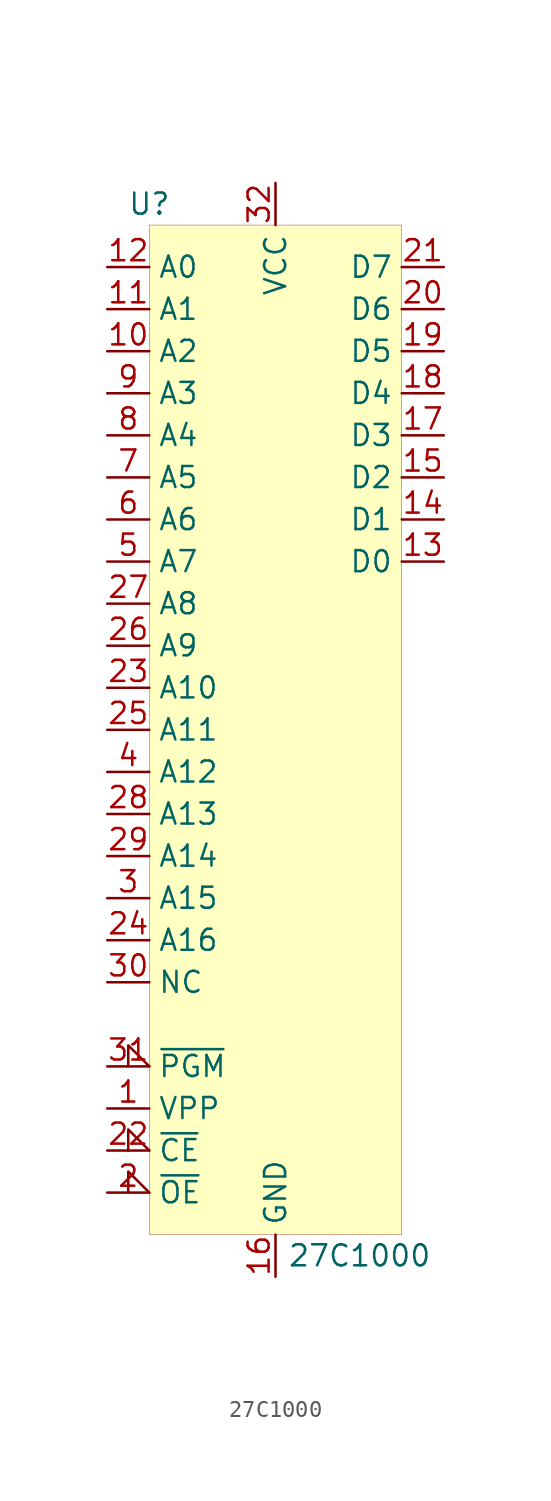
<source format=kicad_sym>
(kicad_symbol_lib
  (version 20201005)
  (generator kicad_symbol_editor)
  (symbol "27C1000:27C1000"
    (property "Reference" "U"
      (at -7.62 29.21 0)
      (effects (font (size 1.27 1.27))))
    (property "Value" "27C1000"
      (at 5.08 -34.29 0)
      (effects (font (size 1.27 1.27))))
    (symbol "27C1000_0_1"
      (rectangle (start -7.62 27.94) (end 7.62 -33.02) (stroke (width 0.001)) (fill (type background))))
    (symbol "27C1000_1_1"
      (pin power_in line (at -10.16 -25.4 0) (length 2.54) (name "VPP" (effects (font (size 1.27 1.27)))) (number "1" (effects (font (size 1.27 1.27)))))
      (pin input input_low (at -10.16 -30.48 0) (length 2.54) (name "~OE" (effects (font (size 1.27 1.27)))) (number "2" (effects (font (size 1.27 1.27)))))
      (pin input line (at -10.16 -12.7 0) (length 2.54) (name "A15" (effects (font (size 1.27 1.27)))) (number "3" (effects (font (size 1.27 1.27)))))
      (pin input line (at -10.16 -5.08 0) (length 2.54) (name "A12" (effects (font (size 1.27 1.27)))) (number "4" (effects (font (size 1.27 1.27)))))
      (pin input line (at -10.16 7.62 0) (length 2.54) (name "A7" (effects (font (size 1.27 1.27)))) (number "5" (effects (font (size 1.27 1.27)))))
      (pin input line (at -10.16 10.16 0) (length 2.54) (name "A6" (effects (font (size 1.27 1.27)))) (number "6" (effects (font (size 1.27 1.27)))))
      (pin input line (at -10.16 12.7 0) (length 2.54) (name "A5" (effects (font (size 1.27 1.27)))) (number "7" (effects (font (size 1.27 1.27)))))
      (pin input line (at -10.16 15.24 0) (length 2.54) (name "A4" (effects (font (size 1.27 1.27)))) (number "8" (effects (font (size 1.27 1.27)))))
      (pin input line (at -10.16 17.78 0) (length 2.54) (name "A3" (effects (font (size 1.27 1.27)))) (number "9" (effects (font (size 1.27 1.27)))))
      (pin input line (at -10.16 20.32 0) (length 2.54) (name "A2" (effects (font (size 1.27 1.27)))) (number "10" (effects (font (size 1.27 1.27)))))
      (pin input line (at -10.16 22.86 0) (length 2.54) (name "A1" (effects (font (size 1.27 1.27)))) (number "11" (effects (font (size 1.27 1.27)))))
      (pin input line (at -10.16 25.4 0) (length 2.54) (name "A0" (effects (font (size 1.27 1.27)))) (number "12" (effects (font (size 1.27 1.27)))))
      (pin bidirectional line (at 10.16 7.62 180) (length 2.54) (name "D0" (effects (font (size 1.27 1.27)))) (number "13" (effects (font (size 1.27 1.27)))))
      (pin bidirectional line (at 10.16 10.16 180) (length 2.54) (name "D1" (effects (font (size 1.27 1.27)))) (number "14" (effects (font (size 1.27 1.27)))))
      (pin bidirectional line (at 10.16 12.7 180) (length 2.54) (name "D2" (effects (font (size 1.27 1.27)))) (number "15" (effects (font (size 1.27 1.27)))))
      (pin power_in line (at 0 -35.56 90) (length 2.54) (name "GND" (effects (font (size 1.27 1.27)))) (number "16" (effects (font (size 1.27 1.27)))))
      (pin bidirectional line (at 10.16 15.24 180) (length 2.54) (name "D3" (effects (font (size 1.27 1.27)))) (number "17" (effects (font (size 1.27 1.27)))))
      (pin bidirectional line (at 10.16 17.78 180) (length 2.54) (name "D4" (effects (font (size 1.27 1.27)))) (number "18" (effects (font (size 1.27 1.27)))))
      (pin bidirectional line (at 10.16 20.32 180) (length 2.54) (name "D5" (effects (font (size 1.27 1.27)))) (number "19" (effects (font (size 1.27 1.27)))))
      (pin bidirectional line (at 10.16 22.86 180) (length 2.54) (name "D6" (effects (font (size 1.27 1.27)))) (number "20" (effects (font (size 1.27 1.27)))))
      (pin bidirectional line (at 10.16 25.4 180) (length 2.54) (name "D7" (effects (font (size 1.27 1.27)))) (number "21" (effects (font (size 1.27 1.27)))))
      (pin input input_low (at -10.16 -27.94 0) (length 2.54) (name "~CE" (effects (font (size 1.27 1.27)))) (number "22" (effects (font (size 1.27 1.27)))))
      (pin input line (at -10.16 0 0) (length 2.54) (name "A10" (effects (font (size 1.27 1.27)))) (number "23" (effects (font (size 1.27 1.27)))))
      (pin input line (at -10.16 -15.24 0) (length 2.54) (name "A16" (effects (font (size 1.27 1.27)))) (number "24" (effects (font (size 1.27 1.27)))))
      (pin input line (at -10.16 -2.54 0) (length 2.54) (name "A11" (effects (font (size 1.27 1.27)))) (number "25" (effects (font (size 1.27 1.27)))))
      (pin input line (at -10.16 2.54 0) (length 2.54) (name "A9" (effects (font (size 1.27 1.27)))) (number "26" (effects (font (size 1.27 1.27)))))
      (pin input line (at -10.16 5.08 0) (length 2.54) (name "A8" (effects (font (size 1.27 1.27)))) (number "27" (effects (font (size 1.27 1.27)))))
      (pin input line (at -10.16 -7.62 0) (length 2.54) (name "A13" (effects (font (size 1.27 1.27)))) (number "28" (effects (font (size 1.27 1.27)))))
      (pin input line (at -10.16 -10.16 0) (length 2.54) (name "A14" (effects (font (size 1.27 1.27)))) (number "29" (effects (font (size 1.27 1.27)))))
      (pin passive line (at -10.16 -17.78 0) (length 2.54) (name "NC" (effects (font (size 1.27 1.27)))) (number "30" (effects (font (size 1.27 1.27)))))
      (pin input input_low (at -10.16 -22.86 0) (length 2.54) (name "~PGM" (effects (font (size 1.27 1.27)))) (number "31" (effects (font (size 1.27 1.27)))))
      (pin power_in line (at 0 30.48 270) (length 2.54) (name "VCC" (effects (font (size 1.27 1.27)))) (number "32" (effects (font (size 1.27 1.27))))))))
</source>
